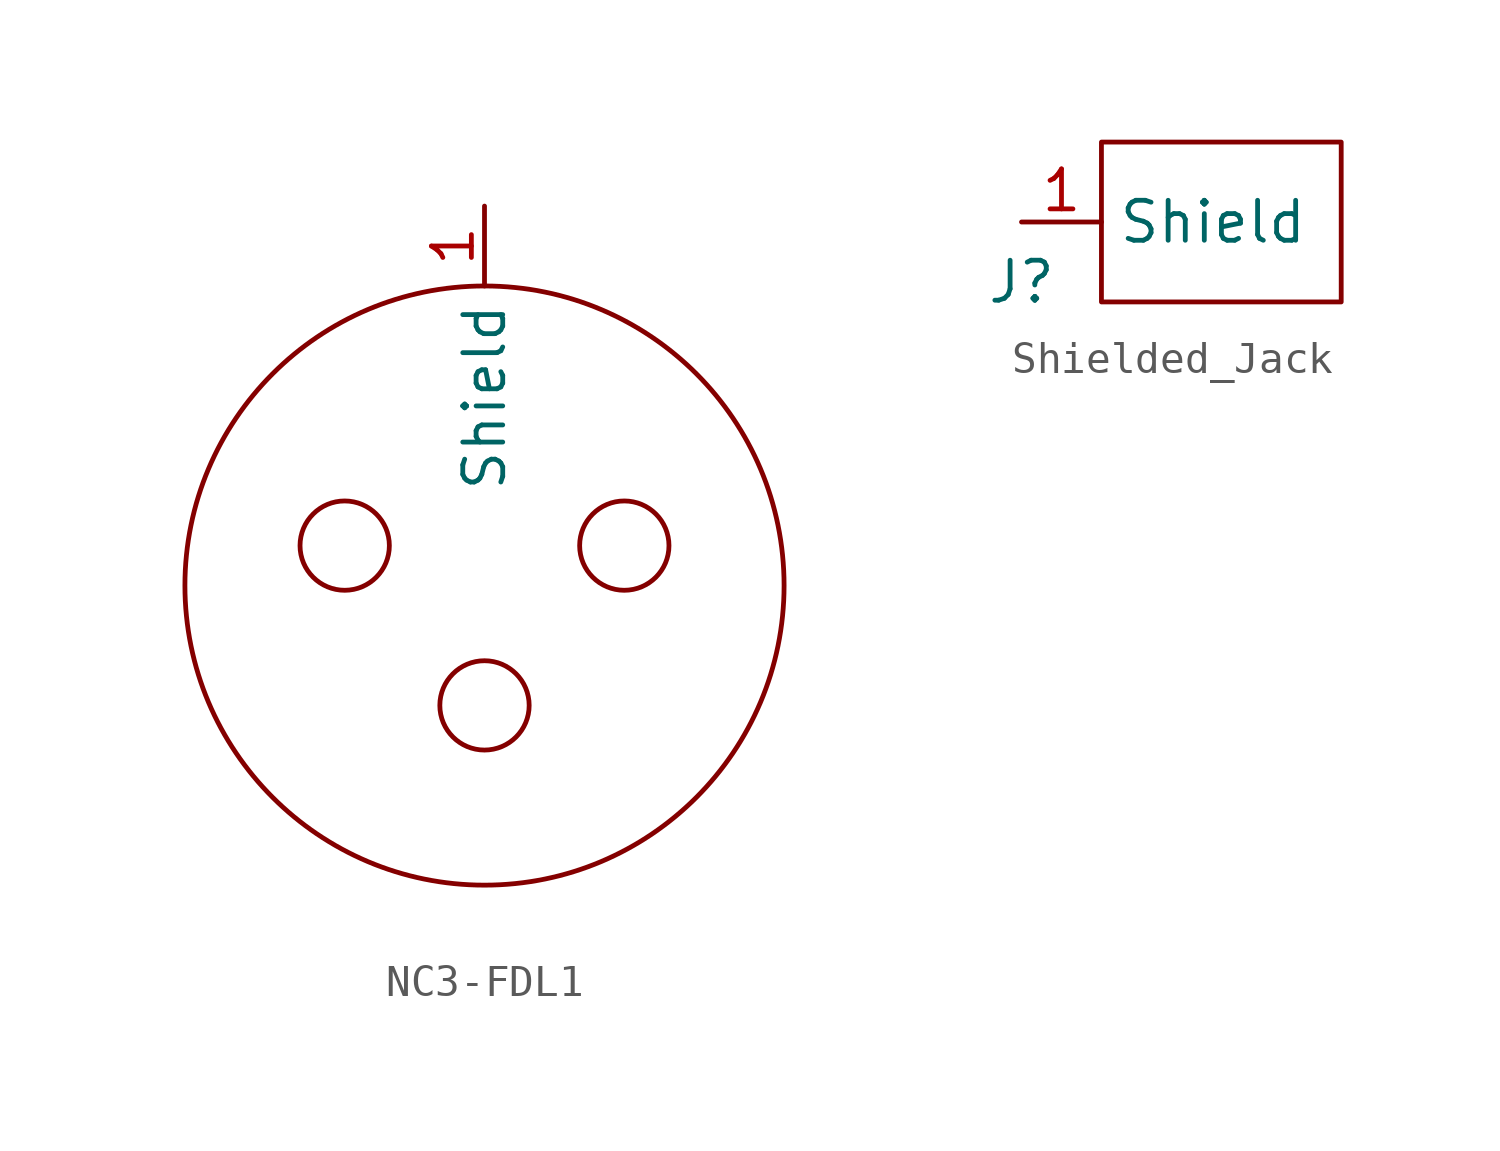
<source format=kicad_sym>
(kicad_symbol_lib
  (version 20220914)
  (generator kicad_symbol_editor)
  (symbol "NC3-FDL1"
    (property "Reference" "J"
      (at 0 -11.43 0)
      (effects (font (size 1.27 1.27)) hide))
    (property "Value" ""
      (at 0 0 0)
      (effects (font (size 1.27 1.27))))
    (symbol "NC3-FDL1_0_1"
      (circle (center -4.445 1.27) (radius 1.42) (stroke (width 0) (type default)) (fill (type none)))
      (circle (center 0 -3.81) (radius 1.42) (stroke (width 0) (type default)) (fill (type none)))
      (circle (center 0 0) (radius 9.525) (stroke (width 0) (type default)) (fill (type none)))
      (circle (center 4.445 1.27) (radius 1.42) (stroke (width 0) (type default)) (fill (type none))))
    (symbol "NC3-FDL1_1_1"
      (pin input line (at 0 12.065 270) (length 2.54) (name "Shield" (effects (font (size 1.27 1.27)))) (number "1" (effects (font (size 1.27 1.27)))))))
  (symbol "Shielded_Jack"
    (property "Reference" "J"
      (at 0 -1.905 0)
      (effects (font (size 1.27 1.27))))
    (property "Value" ""
      (at 0 0 0)
      (effects (font (size 1.27 1.27))))
    (symbol "Shielded_Jack_0_1"
      (rectangle (start 2.54 2.54) (end 10.16 -2.54) (stroke (width 0) (type default)) (fill (type none))))
    (symbol "Shielded_Jack_1_1"
      (pin input line (at 0 0 0) (length 2.54) (name "Shield" (effects (font (size 1.27 1.27)))) (number "1" (effects (font (size 1.27 1.27))))))))
</source>
